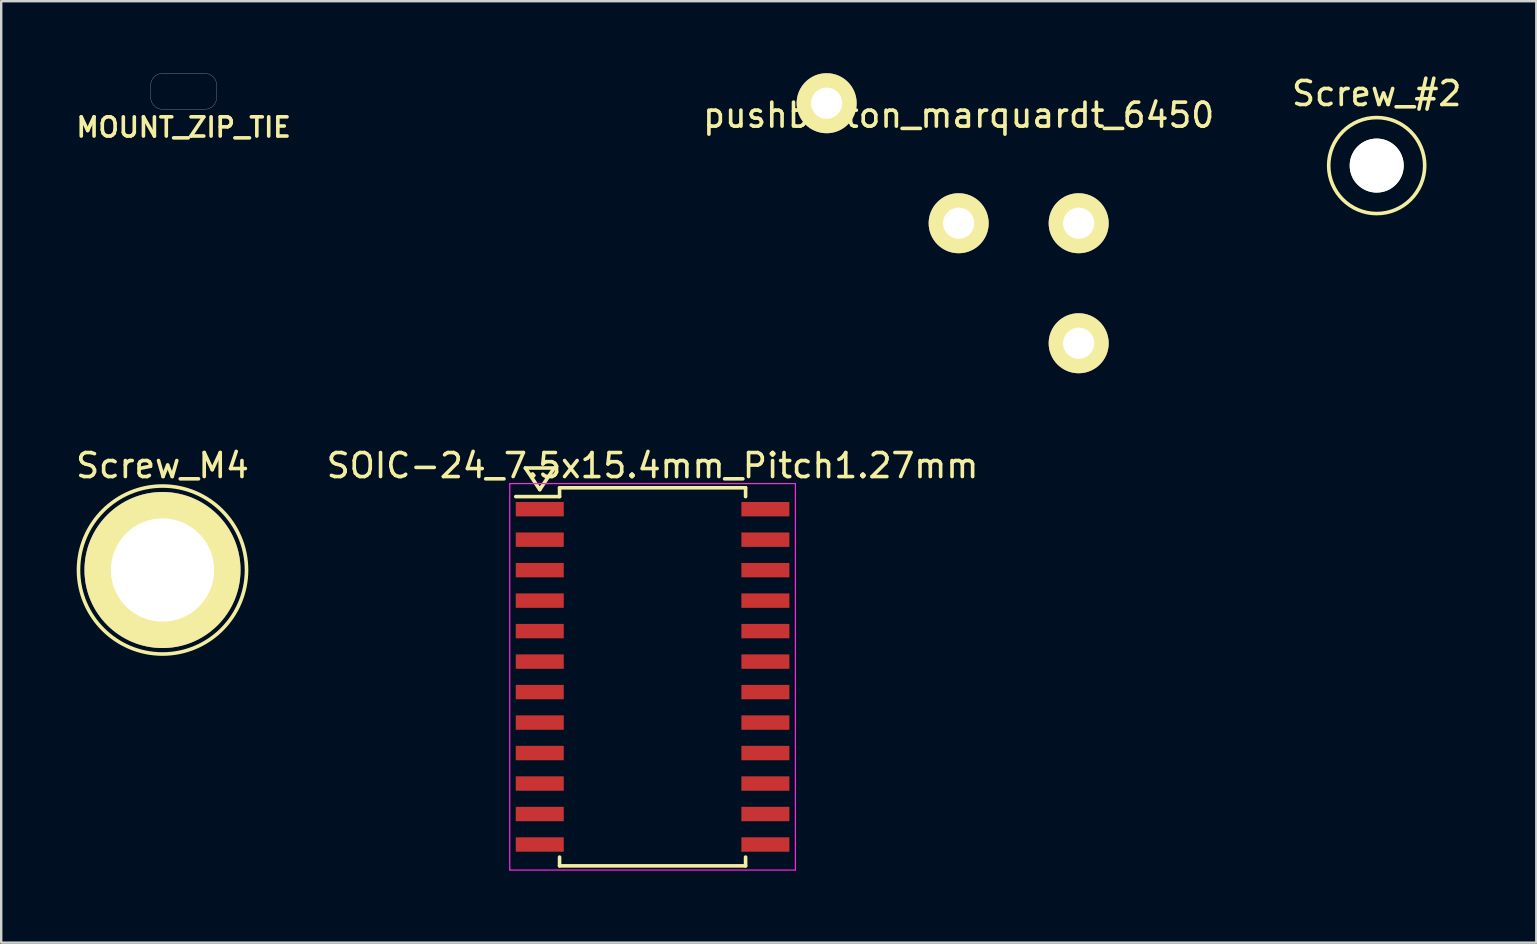
<source format=kicad_pcb>
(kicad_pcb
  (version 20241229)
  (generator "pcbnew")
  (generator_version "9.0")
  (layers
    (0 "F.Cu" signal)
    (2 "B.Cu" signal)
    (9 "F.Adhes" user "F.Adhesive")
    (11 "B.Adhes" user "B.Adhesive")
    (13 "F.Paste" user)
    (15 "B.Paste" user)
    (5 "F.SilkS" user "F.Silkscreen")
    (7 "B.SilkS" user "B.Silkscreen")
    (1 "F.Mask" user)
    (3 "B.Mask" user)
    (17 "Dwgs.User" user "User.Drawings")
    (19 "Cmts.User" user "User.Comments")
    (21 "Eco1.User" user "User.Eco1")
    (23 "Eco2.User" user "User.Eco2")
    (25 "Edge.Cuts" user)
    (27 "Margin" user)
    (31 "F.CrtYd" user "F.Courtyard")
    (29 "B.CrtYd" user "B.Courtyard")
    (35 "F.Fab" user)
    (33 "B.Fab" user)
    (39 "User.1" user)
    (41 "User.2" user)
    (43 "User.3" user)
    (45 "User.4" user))
  (footprint "SOIC-24_7.5x15.4mm_Pitch1.27mm"
    (layer "F.Cu")
    (at 24.137 25.148)
    (property "Reference" "SOIC-24_7.5x15.4mm_Pitch1.27mm" (at 0 -8.8 0) (layer "F.SilkS") (effects (font (size 1 1) (thickness 0.15))))
    (attr smd)
    (fp_line (start -5.3 -8.7) (end -4.1 -8.7) (stroke (width 0.15) (type solid)) (layer "F.SilkS"))
    (fp_line (start -4.7 -7.8) (end -5.3 -8.7) (stroke (width 0.15) (type solid)) (layer "F.SilkS"))
    (fp_line (start -4.1 -8.7) (end -4.7 -7.8) (stroke (width 0.15) (type solid)) (layer "F.SilkS"))
    (fp_line (start -3.875 -7.875) (end -3.875 -7.51) (stroke (width 0.15) (type solid)) (layer "F.SilkS"))
    (fp_line (start -3.875 -7.875) (end 3.875 -7.875) (stroke (width 0.15) (type solid)) (layer "F.SilkS"))
    (fp_line (start -3.875 -7.51) (end -5.7 -7.51) (stroke (width 0.15) (type solid)) (layer "F.SilkS"))
    (fp_line (start -3.875 7.875) (end -3.875 7.51) (stroke (width 0.15) (type solid)) (layer "F.SilkS"))
    (fp_line (start -3.875 7.875) (end 3.875 7.875) (stroke (width 0.15) (type solid)) (layer "F.SilkS"))
    (fp_line (start 3.875 -7.875) (end 3.875 -7.51) (stroke (width 0.15) (type solid)) (layer "F.SilkS"))
    (fp_line (start 3.875 7.875) (end 3.875 7.51) (stroke (width 0.15) (type solid)) (layer "F.SilkS"))
    (fp_line (start -5.95 -8.05) (end -5.95 8.05) (stroke (width 0.05) (type solid)) (layer "F.CrtYd"))
    (fp_line (start -5.95 -8.05) (end 5.95 -8.05) (stroke (width 0.05) (type solid)) (layer "F.CrtYd"))
    (fp_line (start -5.95 8.05) (end 5.95 8.05) (stroke (width 0.05) (type solid)) (layer "F.CrtYd"))
    (fp_line (start 5.95 -8.05) (end 5.95 8.05) (stroke (width 0.05) (type solid)) (layer "F.CrtYd"))
    (pad "1" smd rect (at -4.7 -6.985) (size 2 0.6) (layers "F.Cu" "F.Mask" "F.Paste"))
    (pad "2" smd rect (at -4.7 -5.715) (size 2 0.6) (layers "F.Cu" "F.Mask" "F.Paste"))
    (pad "3" smd rect (at -4.7 -4.445) (size 2 0.6) (layers "F.Cu" "F.Mask" "F.Paste"))
    (pad "4" smd rect (at -4.7 -3.175) (size 2 0.6) (layers "F.Cu" "F.Mask" "F.Paste"))
    (pad "5" smd rect (at -4.7 -1.905) (size 2 0.6) (layers "F.Cu" "F.Mask" "F.Paste"))
    (pad "6" smd rect (at -4.7 -0.635) (size 2 0.6) (layers "F.Cu" "F.Mask" "F.Paste"))
    (pad "7" smd rect (at -4.7 0.635) (size 2 0.6) (layers "F.Cu" "F.Mask" "F.Paste"))
    (pad "8" smd rect (at -4.7 1.905) (size 2 0.6) (layers "F.Cu" "F.Mask" "F.Paste"))
    (pad "9" smd rect (at -4.7 3.175) (size 2 0.6) (layers "F.Cu" "F.Mask" "F.Paste"))
    (pad "10" smd rect (at -4.7 4.445) (size 2 0.6) (layers "F.Cu" "F.Mask" "F.Paste"))
    (pad "11" smd rect (at -4.7 5.715) (size 2 0.6) (layers "F.Cu" "F.Mask" "F.Paste"))
    (pad "12" smd rect (at -4.7 6.985) (size 2 0.6) (layers "F.Cu" "F.Mask" "F.Paste"))
    (pad "13" smd rect (at 4.7 6.985) (size 2 0.6) (layers "F.Cu" "F.Mask" "F.Paste"))
    (pad "14" smd rect (at 4.7 5.715) (size 2 0.6) (layers "F.Cu" "F.Mask" "F.Paste"))
    (pad "15" smd rect (at 4.7 4.445) (size 2 0.6) (layers "F.Cu" "F.Mask" "F.Paste"))
    (pad "16" smd rect (at 4.7 3.175) (size 2 0.6) (layers "F.Cu" "F.Mask" "F.Paste"))
    (pad "17" smd rect (at 4.7 1.905) (size 2 0.6) (layers "F.Cu" "F.Mask" "F.Paste"))
    (pad "18" smd rect (at 4.7 0.635) (size 2 0.6) (layers "F.Cu" "F.Mask" "F.Paste"))
    (pad "19" smd rect (at 4.7 -0.635) (size 2 0.6) (layers "F.Cu" "F.Mask" "F.Paste"))
    (pad "20" smd rect (at 4.7 -1.905) (size 2 0.6) (layers "F.Cu" "F.Mask" "F.Paste"))
    (pad "21" smd rect (at 4.7 -3.175) (size 2 0.6) (layers "F.Cu" "F.Mask" "F.Paste"))
    (pad "22" smd rect (at 4.7 -4.445) (size 2 0.6) (layers "F.Cu" "F.Mask" "F.Paste"))
    (pad "23" smd rect (at 4.7 -5.715) (size 2 0.6) (layers "F.Cu" "F.Mask" "F.Paste"))
    (pad "24" smd rect (at 4.7 -6.985) (size 2 0.6) (layers "F.Cu" "F.Mask" "F.Paste")))
  (footprint "Screw_M4"
    (layer "F.Cu")
    (at 3.72 20.698)
    (property "Reference" "Screw_M4" (at 0 -4.35 0) (layer "F.SilkS") (effects (font (size 1 1) (thickness 0.15))))
    (attr through_hole)
    (fp_circle (center 0 0) (end 3.5 0) (stroke (width 0.15) (type solid)) (fill no) (layer "F.SilkS"))
    (fp_circle (center 0 0) (end 1.5 0) (stroke (width 0.15) (type solid)) (fill no) (layer "Eco1.User"))
    (pad "" np_thru_hole circle (at 0 0) (size 6.5 6.5) (drill 4.3) (layers "*.Cu" "*.Mask" "F.SilkS")))
  (footprint "pcb_enclosure"
    (layer "F.Cu")
    (at 17.663 6.848)
    (property "Reference" "pcb_enclosure" (at 0 -6 0) (layer "Eco1.User") (effects (font (size 1 1) (thickness 0.15))))
    (attr through_hole)
    (fp_line (start -5 -5) (end 5 -5) (stroke (width 0.3) (type solid)) (layer "Eco1.User"))
    (fp_line (start -5 5) (end -5 -5) (stroke (width 0.3) (type solid)) (layer "Eco1.User"))
    (fp_line (start 5 -5) (end 5 5) (stroke (width 0.3) (type solid)) (layer "Eco1.User"))
    (fp_line (start 5 5) (end -5 5) (stroke (width 0.3) (type solid)) (layer "Eco1.User")))
  (footprint "MOUNT_ZIP_TIE"
    (layer "F.Cu")
    (at 4.602 0.755)
    (property "Reference" "MOUNT_ZIP_TIE" (at 0 1.5 0) (layer "F.SilkS") (effects (font (size 0.8 0.8) (thickness 0.15))))
    (attr through_hole)
    (fp_line (start -1.375 0.25) (end -1.375 -0.25) (stroke (width 0.01) (type solid)) (layer "Edge.Cuts"))
    (fp_line (start -0.875 -0.75) (end 0.875 -0.75) (stroke (width 0.01) (type solid)) (layer "Edge.Cuts"))
    (fp_line (start 0.875 0.75) (end -0.875 0.75) (stroke (width 0.01) (type solid)) (layer "Edge.Cuts"))
    (fp_line (start 1.375 -0.25) (end 1.375 0.25) (stroke (width 0.01) (type solid)) (layer "Edge.Cuts"))
    (fp_arc (start -1.375 -0.25) (mid -1.228553 -0.603553) (end -0.875 -0.75) (stroke (width 0.01) (type solid)) (layer "Edge.Cuts"))
    (fp_arc (start -0.875 0.75) (mid -1.228553 0.603553) (end -1.375 0.25) (stroke (width 0.01) (type solid)) (layer "Edge.Cuts"))
    (fp_arc (start 0.875 -0.75) (mid 1.228553 -0.603553) (end 1.375 -0.25) (stroke (width 0.01) (type solid)) (layer "Edge.Cuts"))
    (fp_arc (start 1.375 0.25) (mid 1.228553 0.603553) (end 0.875 0.75) (stroke (width 0.01) (type solid)) (layer "Edge.Cuts")))
  (footprint "pushbutton_marquardt_6450"
    (layer "F.Cu")
    (at 36.889 6.25)
    (property "Reference" "pushbutton_marquardt_6450" (at 0 -4.5 0) (layer "F.SilkS") (effects (font (size 1 1) (thickness 0.15))))
    (attr through_hole)
    (fp_line (start -7.75 -5.45) (end 7.75 -5.45) (stroke (width 0.15) (type solid)) (layer "Eco1.User"))
    (fp_line (start -7.75 -3.75) (end 7.75 -3.75) (stroke (width 0.15) (type solid)) (layer "Eco1.User"))
    (fp_line (start -7.75 5.45) (end -7.75 -5.45) (stroke (width 0.15) (type solid)) (layer "Eco1.User"))
    (fp_line (start -7.75 5.45) (end 7.75 5.45) (stroke (width 0.15) (type solid)) (layer "Eco1.User"))
    (fp_line (start -3.5 -2.5) (end 3.5 -2.5) (stroke (width 0.15) (type solid)) (layer "Eco1.User"))
    (fp_line (start 3.5 2.5) (end -3.5 2.5) (stroke (width 0.15) (type solid)) (layer "Eco1.User"))
    (fp_line (start 7.75 -5.45) (end 7.75 5.45) (stroke (width 0.15) (type solid)) (layer "Eco1.User"))
    (fp_line (start 7.75 3.75) (end -7.75 3.75) (stroke (width 0.15) (type solid)) (layer "Eco1.User"))
    (fp_arc (start -3.5 2.5) (mid -6 0) (end -3.5 -2.5) (stroke (width 0.15) (type solid)) (layer "Eco1.User"))
    (fp_arc (start 3.5 -2.5) (mid 6 0) (end 3.5 2.5) (stroke (width 0.15) (type solid)) (layer "Eco1.User"))
    (pad "1" thru_hole circle (at 0 0) (size 2.5 2.5) (drill 1.3) (layers "*.Cu" "*.Mask" "F.SilkS"))
    (pad "2" thru_hole circle (at 5 0) (size 2.5 2.5) (drill 1.3) (layers "*.Cu" "*.Mask" "F.SilkS"))
    (pad "~" thru_hole circle (at -5.5 -5) (size 2.5 2.5) (drill 1.3) (layers "*.Cu" "*.Mask" "F.SilkS"))
    (pad "~" thru_hole circle (at 5 5) (size 2.5 2.5) (drill 1.3) (layers "*.Cu" "*.Mask" "F.SilkS")))
  (footprint "Screw_#2"
    (layer "F.Cu")
    (at 54.305 3.848)
    (property "Reference" "Screw_#2" (at 0 -3 0) (layer "F.SilkS") (effects (font (size 1 1) (thickness 0.15))))
    (attr through_hole)
    (fp_circle (center 0 0) (end 2 0) (stroke (width 0.15) (type solid)) (fill no) (layer "F.SilkS"))
    (fp_circle (center 0 0) (end 1.5 0) (stroke (width 0.15) (type solid)) (fill no) (layer "Eco1.User"))
    (pad "" np_thru_hole circle (at 0 0) (size 2.25 2.25) (drill 2.25) (layers "*.Cu" "*.Mask" "F.SilkS")))
  (gr_rect
    (start -3 -3)
    (end 60.954 36.223)
    (stroke (width 0.1) (type default))
    (fill no)
    (layer "Edge.Cuts")))
</source>
